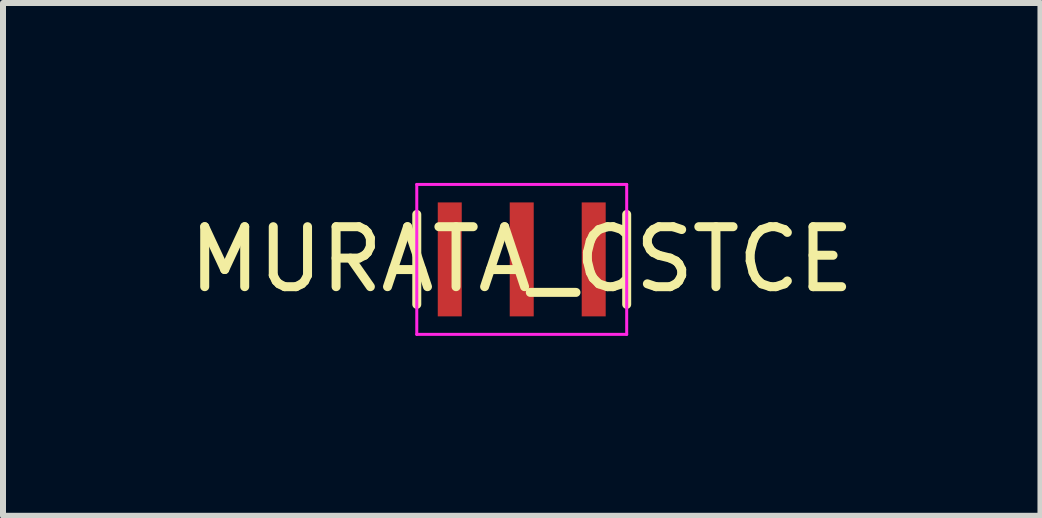
<source format=kicad_pcb>
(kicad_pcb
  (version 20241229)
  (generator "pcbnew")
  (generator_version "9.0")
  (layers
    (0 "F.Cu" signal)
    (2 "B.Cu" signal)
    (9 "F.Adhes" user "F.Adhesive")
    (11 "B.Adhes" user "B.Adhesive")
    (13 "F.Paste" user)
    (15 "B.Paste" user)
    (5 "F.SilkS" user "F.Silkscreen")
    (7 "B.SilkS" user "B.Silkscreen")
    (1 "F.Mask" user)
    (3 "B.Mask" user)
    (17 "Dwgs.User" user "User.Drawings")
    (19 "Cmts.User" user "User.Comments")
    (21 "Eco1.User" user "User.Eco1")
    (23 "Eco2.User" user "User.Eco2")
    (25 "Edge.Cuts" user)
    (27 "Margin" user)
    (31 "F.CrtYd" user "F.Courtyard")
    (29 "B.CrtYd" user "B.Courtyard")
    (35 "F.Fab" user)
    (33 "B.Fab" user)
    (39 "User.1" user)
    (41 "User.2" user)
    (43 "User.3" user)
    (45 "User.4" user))
  (footprint "MURATA_CSTCE"
    (layer "F.Cu")
    (at 5.649 1.275)
    (property "Reference" "MURATA_CSTCE" (at 0 0 0) (layer "F.SilkS") (effects (font (size 1 1) (thickness 0.15))))
    (attr through_hole)
    (fp_line (start -1.75 -0.75) (end -1.75 0.75) (stroke (width 0.15) (type solid)) (layer "F.SilkS"))
    (fp_line (start 1.75 -0.75) (end 1.75 0.75) (stroke (width 0.15) (type solid)) (layer "F.SilkS"))
    (fp_line (start -1.75 -1.25) (end -1.75 1.25) (stroke (width 0.05) (type solid)) (layer "F.CrtYd"))
    (fp_line (start -1.75 1.25) (end 1.75 1.25) (stroke (width 0.05) (type solid)) (layer "F.CrtYd"))
    (fp_line (start 1.75 -1.25) (end -1.75 -1.25) (stroke (width 0.05) (type solid)) (layer "F.CrtYd"))
    (fp_line (start 1.75 1.25) (end 1.75 -1.25) (stroke (width 0.05) (type solid)) (layer "F.CrtYd"))
    (pad "1" smd rect (at -1.2 0) (size 0.4 1.9) (layers "F.Cu" "F.Mask" "F.Paste"))
    (pad "2" smd rect (at 0 0) (size 0.4 1.9) (layers "F.Cu" "F.Mask" "F.Paste"))
    (pad "3" smd rect (at 1.2 0) (size 0.4 1.9) (layers "F.Cu" "F.Mask" "F.Paste")))
  (gr_rect
    (start -3 -3)
    (end 14.298 5.55)
    (stroke (width 0.1) (type default))
    (fill no)
    (layer "Edge.Cuts")))
</source>
